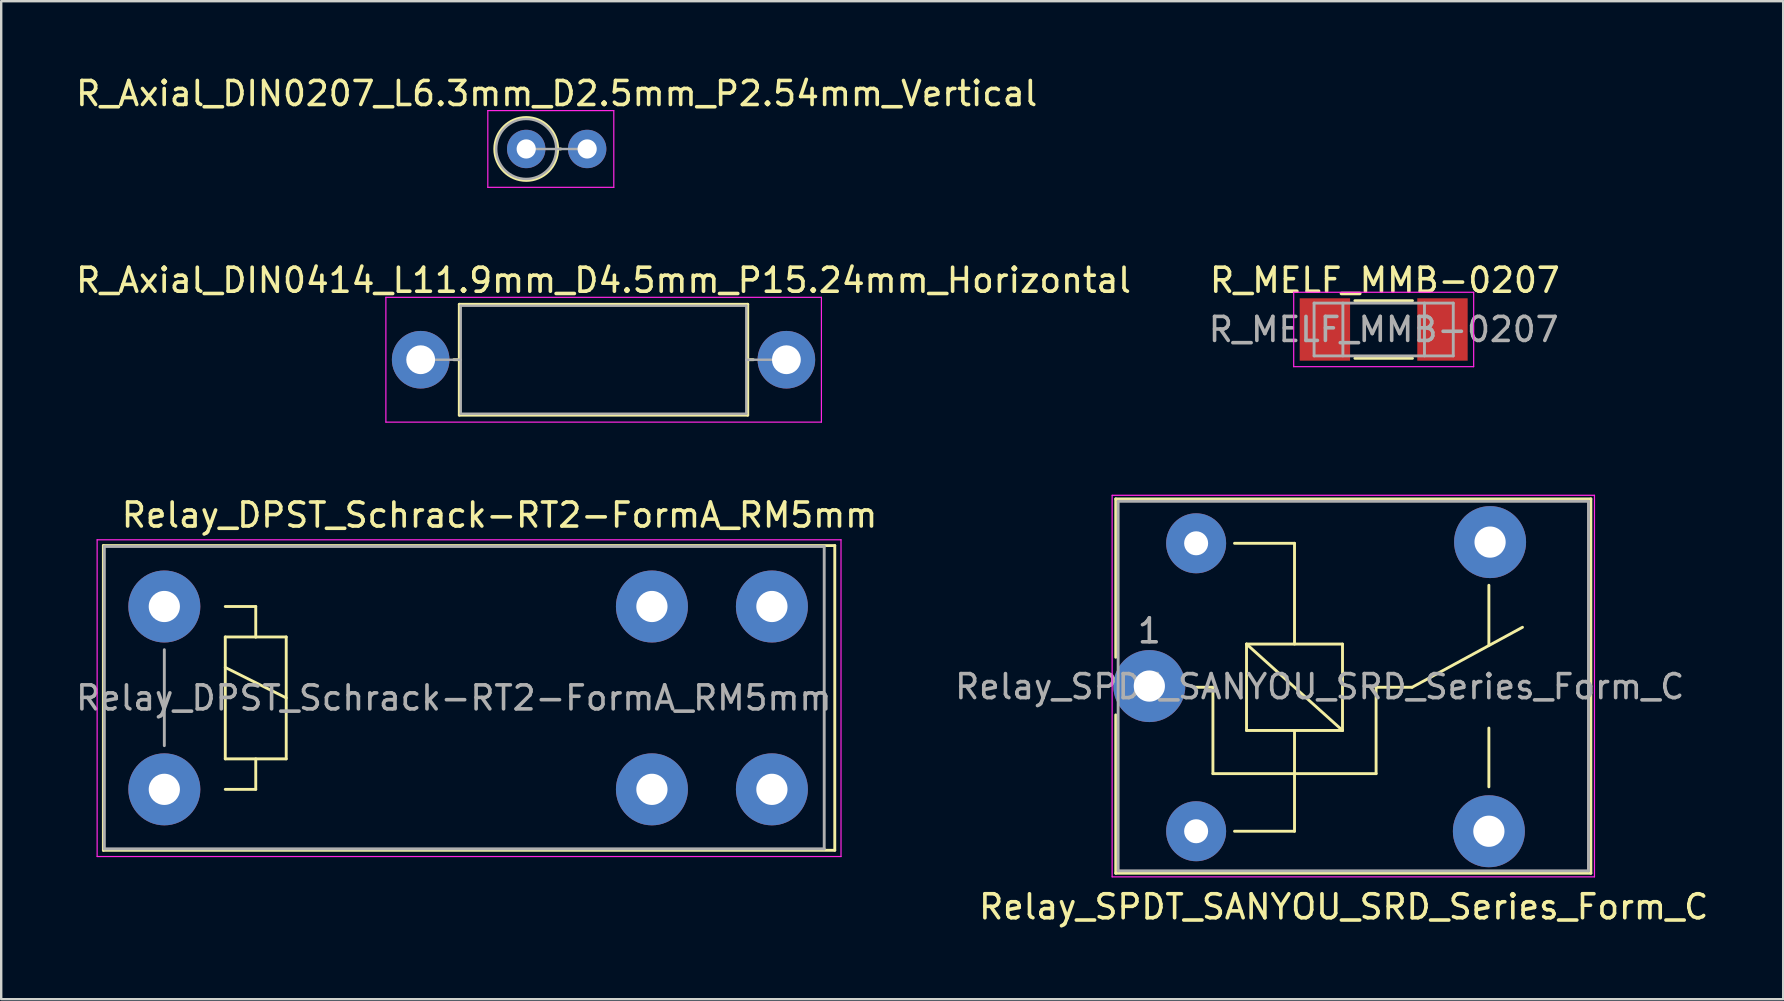
<source format=kicad_pcb>
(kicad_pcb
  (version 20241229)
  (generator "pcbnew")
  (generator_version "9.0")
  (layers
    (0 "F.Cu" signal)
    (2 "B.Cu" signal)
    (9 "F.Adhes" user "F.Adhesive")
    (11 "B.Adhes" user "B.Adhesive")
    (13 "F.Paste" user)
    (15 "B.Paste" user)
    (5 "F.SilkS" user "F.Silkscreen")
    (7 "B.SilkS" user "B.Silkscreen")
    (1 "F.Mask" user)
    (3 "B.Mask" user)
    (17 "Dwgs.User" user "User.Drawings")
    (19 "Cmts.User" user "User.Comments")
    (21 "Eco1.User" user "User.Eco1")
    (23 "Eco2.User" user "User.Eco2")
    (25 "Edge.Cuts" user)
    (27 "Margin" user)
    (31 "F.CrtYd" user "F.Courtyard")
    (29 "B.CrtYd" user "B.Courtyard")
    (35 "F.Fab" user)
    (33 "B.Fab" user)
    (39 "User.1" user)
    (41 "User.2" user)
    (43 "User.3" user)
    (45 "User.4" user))
  (footprint "R_Axial_DIN0414_L11.9mm_D4.5mm_P15.24mm_Horizontal"
    (layer "F.Cu")
    (at 14.481 11.941)
    (property "Reference" "R_Axial_DIN0414_L11.9mm_D4.5mm_P15.24mm_Horizontal" (at 7.62 -3.31 0) (layer "F.SilkS") (effects (font (size 1 1) (thickness 0.15))))
    (attr through_hole)
    (fp_line (start 1.38 0) (end 1.61 0) (stroke (width 0.12) (type solid)) (layer "F.SilkS"))
    (fp_line (start 1.61 -2.31) (end 1.61 2.31) (stroke (width 0.12) (type solid)) (layer "F.SilkS"))
    (fp_line (start 1.61 2.31) (end 13.63 2.31) (stroke (width 0.12) (type solid)) (layer "F.SilkS"))
    (fp_line (start 13.63 -2.31) (end 1.61 -2.31) (stroke (width 0.12) (type solid)) (layer "F.SilkS"))
    (fp_line (start 13.63 2.31) (end 13.63 -2.31) (stroke (width 0.12) (type solid)) (layer "F.SilkS"))
    (fp_line (start 13.86 0) (end 13.63 0) (stroke (width 0.12) (type solid)) (layer "F.SilkS"))
    (fp_line (start -1.45 -2.6) (end -1.45 2.6) (stroke (width 0.05) (type solid)) (layer "F.CrtYd"))
    (fp_line (start -1.45 2.6) (end 16.7 2.6) (stroke (width 0.05) (type solid)) (layer "F.CrtYd"))
    (fp_line (start 16.7 -2.6) (end -1.45 -2.6) (stroke (width 0.05) (type solid)) (layer "F.CrtYd"))
    (fp_line (start 16.7 2.6) (end 16.7 -2.6) (stroke (width 0.05) (type solid)) (layer "F.CrtYd"))
    (fp_line (start 0 0) (end 1.67 0) (stroke (width 0.1) (type solid)) (layer "F.Fab"))
    (fp_line (start 1.67 -2.25) (end 1.67 2.25) (stroke (width 0.1) (type solid)) (layer "F.Fab"))
    (fp_line (start 1.67 2.25) (end 13.57 2.25) (stroke (width 0.1) (type solid)) (layer "F.Fab"))
    (fp_line (start 13.57 -2.25) (end 1.67 -2.25) (stroke (width 0.1) (type solid)) (layer "F.Fab"))
    (fp_line (start 13.57 2.25) (end 13.57 -2.25) (stroke (width 0.1) (type solid)) (layer "F.Fab"))
    (fp_line (start 15.24 0) (end 13.57 0) (stroke (width 0.1) (type solid)) (layer "F.Fab"))
    (pad "1" thru_hole circle (at 0 0) (size 2.4 2.4) (drill 1.2) (layers "*.Cu" "*.Mask"))
    (pad "2" thru_hole oval (at 15.24 0) (size 2.4 2.4) (drill 1.2) (layers "*.Cu" "*.Mask")))
  (footprint "R_Axial_DIN0207_L6.3mm_D2.5mm_P2.54mm_Vertical"
    (layer "F.Cu")
    (at 18.879 3.158)
    (property "Reference" "R_Axial_DIN0207_L6.3mm_D2.5mm_P2.54mm_Vertical" (at 1.27 -2.31 0) (layer "F.SilkS") (effects (font (size 1 1) (thickness 0.15))))
    (attr through_hole)
    (fp_line (start 1.31 0) (end 1.44 0) (stroke (width 0.12) (type solid)) (layer "F.SilkS"))
    (fp_circle (center 0 0) (end 1.31 0) (stroke (width 0.12) (type solid)) (fill no) (layer "F.SilkS"))
    (fp_line (start -1.6 -1.6) (end -1.6 1.6) (stroke (width 0.05) (type solid)) (layer "F.CrtYd"))
    (fp_line (start -1.6 1.6) (end 3.65 1.6) (stroke (width 0.05) (type solid)) (layer "F.CrtYd"))
    (fp_line (start 3.65 -1.6) (end -1.6 -1.6) (stroke (width 0.05) (type solid)) (layer "F.CrtYd"))
    (fp_line (start 3.65 1.6) (end 3.65 -1.6) (stroke (width 0.05) (type solid)) (layer "F.CrtYd"))
    (fp_line (start 0 0) (end 2.54 0) (stroke (width 0.1) (type solid)) (layer "F.Fab"))
    (fp_circle (center 0 0) (end 1.25 0) (stroke (width 0.1) (type solid)) (fill no) (layer "F.Fab"))
    (pad "1" thru_hole circle (at 0 0) (size 1.6 1.6) (drill 0.8) (layers "*.Cu" "*.Mask"))
    (pad "2" thru_hole oval (at 2.54 0) (size 1.6 1.6) (drill 0.8) (layers "*.Cu" "*.Mask")))
  (footprint "Relay_DPST_Schrack-RT2-FormA_RM5mm"
    (layer "F.Cu")
    (at 3.798 22.225)
    (property "Reference" "Relay_DPST_Schrack-RT2-FormA_RM5mm" (at 13.97 -3.81 0) (layer "F.SilkS") (effects (font (size 1 1) (thickness 0.15))))
    (attr through_hole)
    (fp_line (start -2.54 -2.54) (end 27.94 -2.54) (stroke (width 0.12) (type solid)) (layer "F.SilkS"))
    (fp_line (start -2.54 10.16) (end -2.54 -2.54) (stroke (width 0.12) (type solid)) (layer "F.SilkS"))
    (fp_line (start 2.54 0) (end 3.81 0) (stroke (width 0.12) (type solid)) (layer "F.SilkS"))
    (fp_line (start 2.54 1.27) (end 3.81 1.27) (stroke (width 0.12) (type solid)) (layer "F.SilkS"))
    (fp_line (start 2.54 2.54) (end 5.08 3.81) (stroke (width 0.12) (type solid)) (layer "F.SilkS"))
    (fp_line (start 2.54 6.35) (end 2.54 1.27) (stroke (width 0.12) (type solid)) (layer "F.SilkS"))
    (fp_line (start 3.81 0) (end 3.81 1.27) (stroke (width 0.12) (type solid)) (layer "F.SilkS"))
    (fp_line (start 3.81 1.27) (end 5.08 1.27) (stroke (width 0.12) (type solid)) (layer "F.SilkS"))
    (fp_line (start 3.81 6.35) (end 3.81 7.62) (stroke (width 0.12) (type solid)) (layer "F.SilkS"))
    (fp_line (start 3.81 7.62) (end 2.54 7.62) (stroke (width 0.12) (type solid)) (layer "F.SilkS"))
    (fp_line (start 5.08 1.27) (end 5.08 6.35) (stroke (width 0.12) (type solid)) (layer "F.SilkS"))
    (fp_line (start 5.08 6.35) (end 2.54 6.35) (stroke (width 0.12) (type solid)) (layer "F.SilkS"))
    (fp_line (start 27.94 -2.54) (end 27.94 10.16) (stroke (width 0.12) (type solid)) (layer "F.SilkS"))
    (fp_line (start 27.94 10.16) (end -2.54 10.16) (stroke (width 0.12) (type solid)) (layer "F.SilkS"))
    (fp_line (start -2.8 -2.78) (end 28.2 -2.78) (stroke (width 0.05) (type solid)) (layer "F.CrtYd"))
    (fp_line (start -2.8 10.42) (end -2.8 -2.78) (stroke (width 0.05) (type solid)) (layer "F.CrtYd"))
    (fp_line (start 28.2 -2.78) (end 28.2 10.42) (stroke (width 0.05) (type solid)) (layer "F.CrtYd"))
    (fp_line (start 28.2 10.42) (end -2.8 10.42) (stroke (width 0.05) (type solid)) (layer "F.CrtYd"))
    (fp_line (start -2.5 -2.5) (end 27.5 -2.5) (stroke (width 0.12) (type solid)) (layer "F.Fab"))
    (fp_line (start -2.5 10.1) (end -2.5 -2.5) (stroke (width 0.12) (type solid)) (layer "F.Fab"))
    (fp_line (start 0 1.8) (end 0 5.8) (stroke (width 0.12) (type solid)) (layer "F.Fab"))
    (fp_line (start 27.5 -2.5) (end 27.5 10.1) (stroke (width 0.12) (type solid)) (layer "F.Fab"))
    (fp_line (start 27.5 10.1) (end -2.5 10.1) (stroke (width 0.12) (type solid)) (layer "F.Fab"))
    (fp_text user "${REFERENCE}" (at 12.065 3.81 0) (layer "F.Fab") (effects (font (size 1 1) (thickness 0.15))))
    (pad "11" thru_hole circle (at 20.32 0) (size 3 3) (drill 1.3) (layers "*.Cu" "*.Mask"))
    (pad "14" thru_hole circle (at 25.32 0) (size 3 3) (drill 1.3) (layers "*.Cu" "*.Mask"))
    (pad "21" thru_hole circle (at 20.32 7.62) (size 3 3) (drill 1.3) (layers "*.Cu" "*.Mask"))
    (pad "24" thru_hole circle (at 25.32 7.62) (size 3 3) (drill 1.3) (layers "*.Cu" "*.Mask"))
    (pad "A1" thru_hole circle (at 0 0) (size 3 3) (drill 1.3) (layers "*.Cu" "*.Mask"))
    (pad "A2" thru_hole circle (at 0 7.62) (size 3 3) (drill 1.3) (layers "*.Cu" "*.Mask")))
  (footprint "Relay_SPDT_SANYOU_SRD_Series_Form_C"
    (layer "F.Cu")
    (at 44.847 25.541)
    (property "Reference" "Relay_SPDT_SANYOU_SRD_Series_Form_C" (at 8.1 9.2 0) (layer "F.SilkS") (effects (font (size 1 1) (thickness 0.15))))
    (attr through_hole)
    (fp_line (start -1.4 -7.8) (end -1.4 -1.2) (stroke (width 0.12) (type solid)) (layer "F.SilkS"))
    (fp_line (start -1.4 -7.8) (end 18.4 -7.8) (stroke (width 0.12) (type solid)) (layer "F.SilkS"))
    (fp_line (start -1.4 1.2) (end -1.4 7.8) (stroke (width 0.12) (type solid)) (layer "F.SilkS"))
    (fp_line (start 2.65 0.05) (end 1.85 0.05) (stroke (width 0.12) (type solid)) (layer "F.SilkS"))
    (fp_line (start 2.65 0.05) (end 2.65 3.65) (stroke (width 0.12) (type solid)) (layer "F.SilkS"))
    (fp_line (start 3.55 6.05) (end 6.05 6.05) (stroke (width 0.12) (type solid)) (layer "F.SilkS"))
    (fp_line (start 4.05 -1.75) (end 8.05 -1.75) (stroke (width 0.12) (type solid)) (layer "F.SilkS"))
    (fp_line (start 4.05 1.85) (end 4.05 -1.75) (stroke (width 0.12) (type solid)) (layer "F.SilkS"))
    (fp_line (start 6.05 -5.95) (end 3.55 -5.95) (stroke (width 0.12) (type solid)) (layer "F.SilkS"))
    (fp_line (start 6.05 -5.95) (end 6.05 -1.75) (stroke (width 0.12) (type solid)) (layer "F.SilkS"))
    (fp_line (start 6.05 1.85) (end 6.05 6.05) (stroke (width 0.12) (type solid)) (layer "F.SilkS"))
    (fp_line (start 8.05 -1.75) (end 8.05 1.85) (stroke (width 0.12) (type solid)) (layer "F.SilkS"))
    (fp_line (start 8.05 1.85) (end 4.05 -1.75) (stroke (width 0.12) (type solid)) (layer "F.SilkS"))
    (fp_line (start 8.05 1.85) (end 4.05 1.85) (stroke (width 0.12) (type solid)) (layer "F.SilkS"))
    (fp_line (start 9.45 0.05) (end 9.45 3.65) (stroke (width 0.12) (type solid)) (layer "F.SilkS"))
    (fp_line (start 9.45 0.05) (end 10.95 0.05) (stroke (width 0.12) (type solid)) (layer "F.SilkS"))
    (fp_line (start 9.45 3.65) (end 2.65 3.65) (stroke (width 0.12) (type solid)) (layer "F.SilkS"))
    (fp_line (start 10.95 0.05) (end 15.55 -2.45) (stroke (width 0.12) (type solid)) (layer "F.SilkS"))
    (fp_line (start 14.15 -4.2) (end 14.15 -1.7) (stroke (width 0.12) (type solid)) (layer "F.SilkS"))
    (fp_line (start 14.15 4.2) (end 14.15 1.75) (stroke (width 0.12) (type solid)) (layer "F.SilkS"))
    (fp_line (start 18.4 -7.8) (end 18.4 7.8) (stroke (width 0.12) (type solid)) (layer "F.SilkS"))
    (fp_line (start 18.4 7.8) (end -1.4 7.8) (stroke (width 0.12) (type solid)) (layer "F.SilkS"))
    (fp_line (start -1.55 7.95) (end -1.55 -7.95) (stroke (width 0.05) (type solid)) (layer "F.CrtYd"))
    (fp_line (start -1.55 7.95) (end 18.55 7.95) (stroke (width 0.05) (type solid)) (layer "F.CrtYd"))
    (fp_line (start 18.55 -7.95) (end -1.55 -7.95) (stroke (width 0.05) (type solid)) (layer "F.CrtYd"))
    (fp_line (start 18.55 -7.95) (end 18.55 7.95) (stroke (width 0.05) (type solid)) (layer "F.CrtYd"))
    (fp_line (start -1.3 -7.7) (end 18.3 -7.7) (stroke (width 0.12) (type solid)) (layer "F.Fab"))
    (fp_line (start -1.3 7.7) (end -1.3 -7.7) (stroke (width 0.12) (type solid)) (layer "F.Fab"))
    (fp_line (start 18.3 -7.7) (end 18.3 7.7) (stroke (width 0.12) (type solid)) (layer "F.Fab"))
    (fp_line (start 18.3 7.7) (end -1.3 7.7) (stroke (width 0.12) (type solid)) (layer "F.Fab"))
    (fp_text user "${REFERENCE}" (at 7.1 0.025 0) (layer "F.Fab") (effects (font (size 1 1) (thickness 0.15))))
    (fp_text user "1" (at 0 -2.3 0) (layer "F.Fab") (effects (font (size 1 1) (thickness 0.15))))
    (pad "1" thru_hole circle (at 0 0 90) (size 3 3) (drill 1.3) (layers "*.Cu" "*.Mask"))
    (pad "2" thru_hole circle (at 1.95 6.05 90) (size 2.5 2.5) (drill 1) (layers "*.Cu" "*.Mask"))
    (pad "3" thru_hole circle (at 14.15 6.05 90) (size 3 3) (drill 1.3) (layers "*.Cu" "*.Mask"))
    (pad "4" thru_hole circle (at 14.2 -6 90) (size 3 3) (drill 1.3) (layers "*.Cu" "*.Mask"))
    (pad "5" thru_hole circle (at 1.95 -5.95 90) (size 2.5 2.5) (drill 1) (layers "*.Cu" "*.Mask")))
  (footprint "R_MELF_MMB-0207"
    (layer "F.Cu")
    (at 54.613 10.681)
    (property "Reference" "R_MELF_MMB-0207" (at 0.05 -2.05 0) (layer "F.SilkS") (effects (font (size 1 1) (thickness 0.15))))
    (attr smd)
    (fp_line (start 1.2 -1.2) (end -1.2 -1.2) (stroke (width 0.12) (type solid)) (layer "F.SilkS"))
    (fp_line (start 1.2 1.2) (end -1.2 1.2) (stroke (width 0.12) (type solid)) (layer "F.SilkS"))
    (fp_line (start -3.75 -1.55) (end -3.75 1.55) (stroke (width 0.05) (type solid)) (layer "F.CrtYd"))
    (fp_line (start -3.75 -1.55) (end 3.75 -1.55) (stroke (width 0.05) (type solid)) (layer "F.CrtYd"))
    (fp_line (start 3.75 1.55) (end -3.75 1.55) (stroke (width 0.05) (type solid)) (layer "F.CrtYd"))
    (fp_line (start 3.75 1.55) (end 3.75 -1.55) (stroke (width 0.05) (type solid)) (layer "F.CrtYd"))
    (fp_line (start -2.9 -1.1) (end -2.9 1.1) (stroke (width 0.12) (type solid)) (layer "F.Fab"))
    (fp_line (start -2.9 1.1) (end 2.9 1.1) (stroke (width 0.12) (type solid)) (layer "F.Fab"))
    (fp_line (start -1.7 -1.1) (end -1.7 1.1) (stroke (width 0.12) (type solid)) (layer "F.Fab"))
    (fp_line (start 1.7 -1.1) (end 1.7 1.1) (stroke (width 0.12) (type solid)) (layer "F.Fab"))
    (fp_line (start 2.9 -1.1) (end -2.9 -1.1) (stroke (width 0.12) (type solid)) (layer "F.Fab"))
    (fp_line (start 2.9 1.1) (end 2.9 -1.1) (stroke (width 0.12) (type solid)) (layer "F.Fab"))
    (fp_text user "${REFERENCE}" (at 0 0 0) (layer "F.Fab") (effects (font (size 1 1) (thickness 0.15))))
    (pad "1" smd rect (at -2.45 0) (size 2.1 2.6) (layers "F.Cu" "F.Mask" "F.Paste"))
    (pad "2" smd rect (at 2.45 0) (size 2.1 2.6) (layers "F.Cu" "F.Mask" "F.Paste")))
  (gr_rect
    (start -3 -3)
    (end 71.262 38.59)
    (stroke (width 0.1) (type default))
    (fill no)
    (layer "Edge.Cuts")))
</source>
